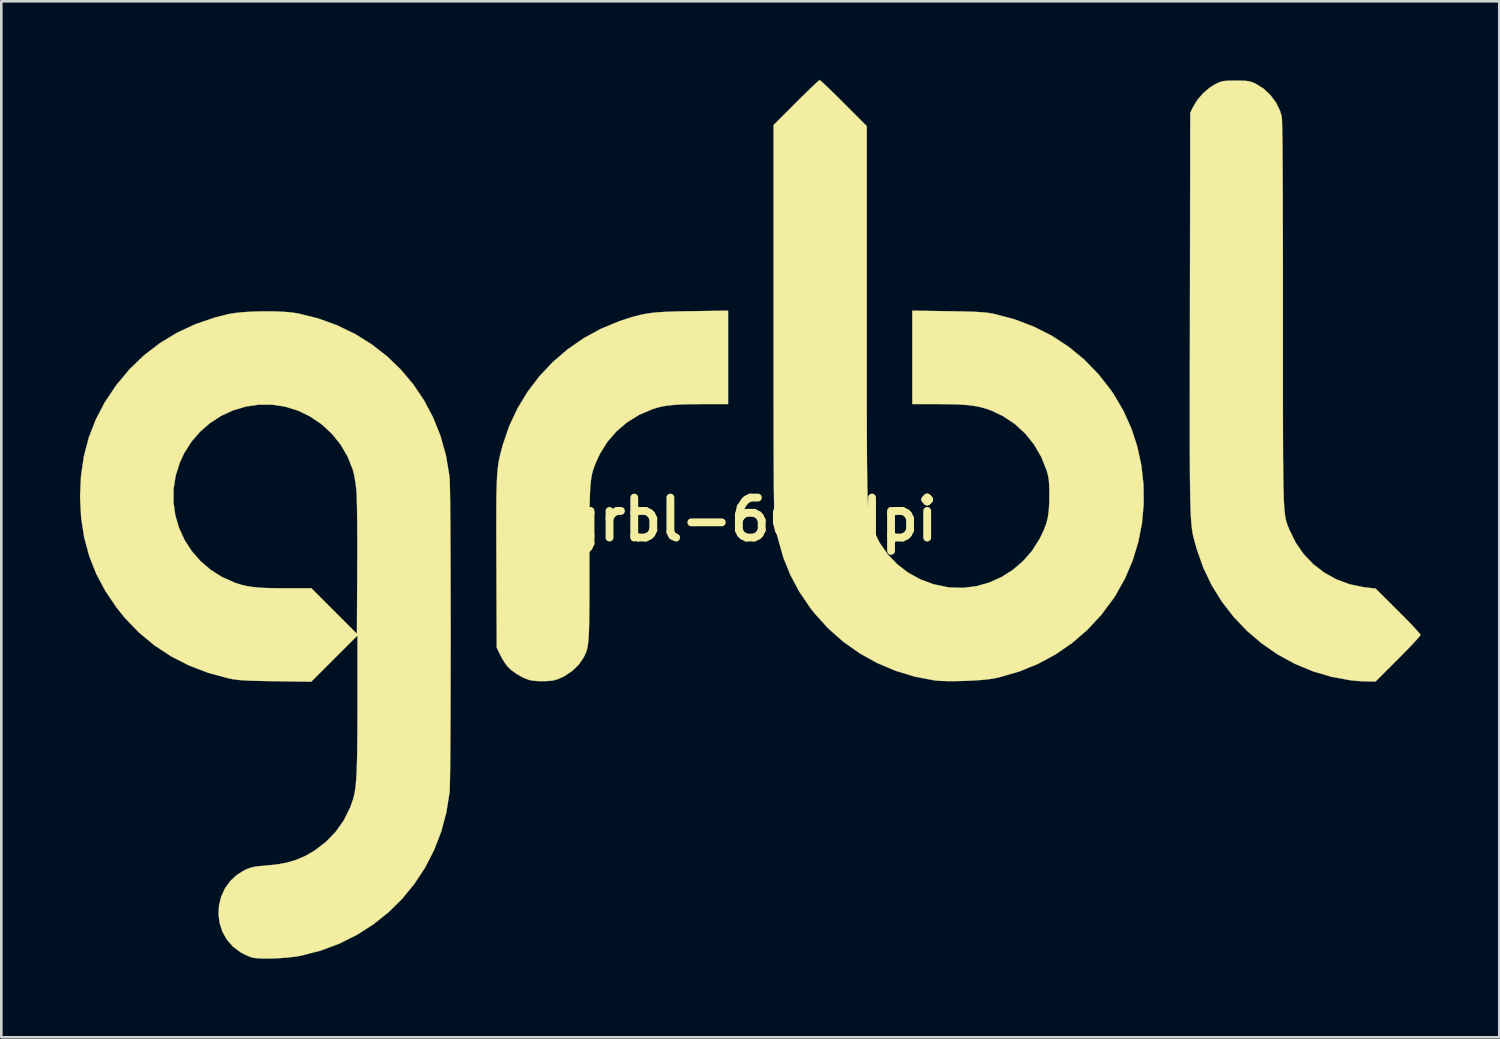
<source format=kicad_pcb>
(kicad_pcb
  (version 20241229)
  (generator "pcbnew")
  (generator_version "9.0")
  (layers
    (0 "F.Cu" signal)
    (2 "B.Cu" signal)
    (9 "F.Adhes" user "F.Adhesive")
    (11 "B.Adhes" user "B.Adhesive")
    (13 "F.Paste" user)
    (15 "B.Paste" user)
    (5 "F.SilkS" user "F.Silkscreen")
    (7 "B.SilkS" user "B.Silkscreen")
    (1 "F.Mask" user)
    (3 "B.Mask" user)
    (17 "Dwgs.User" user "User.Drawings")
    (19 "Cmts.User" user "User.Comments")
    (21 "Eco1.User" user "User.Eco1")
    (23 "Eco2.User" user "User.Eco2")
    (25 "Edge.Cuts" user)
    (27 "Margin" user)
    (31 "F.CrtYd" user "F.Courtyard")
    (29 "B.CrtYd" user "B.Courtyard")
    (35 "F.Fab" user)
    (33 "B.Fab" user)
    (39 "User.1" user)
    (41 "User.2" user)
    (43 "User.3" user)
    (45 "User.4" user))
  (footprint "grbl-600dpi"
    (layer "F.Cu")
    (at 25.574 16.769)
    (property "Reference" "grbl-600dpi" (at 0 0 0) (layer "F.SilkS") (effects (font (size 1.524 1.524) (thickness 0.3))))
    (attr through_hole)
    (fp_poly (pts (xy -0.847 -4.403) (xy -1.817 -4.403) (xy -2.239 -4.4) (xy -2.589 -4.391) (xy -2.88 -4.375) (xy -3.127 -4.35) (xy -3.343 -4.316) (xy -3.54 -4.269) (xy -3.731 -4.21) (xy -4.237 -3.995) (xy -4.696 -3.712) (xy -5.103 -3.367) (xy -5.451 -2.964) (xy -5.736 -2.508) (xy -5.888 -2.177) (xy -5.935 -2.06) (xy -5.975 -1.95) (xy -6.009 -1.842) (xy -6.039 -1.729) (xy -6.063 -1.604) (xy -6.083 -1.46) (xy -6.1 -1.291) (xy -6.112 -1.09) (xy -6.122 -0.85) (xy -6.129 -0.565) (xy -6.133 -0.228) (xy -6.136 0.168) (xy -6.138 0.63) (xy -6.138 1.164) (xy -6.138 1.688) (xy -6.138 2.281) (xy -6.139 2.796) (xy -6.14 3.239) (xy -6.143 3.617) (xy -6.147 3.936) (xy -6.154 4.202) (xy -6.163 4.423) (xy -6.175 4.604) (xy -6.191 4.751) (xy -6.21 4.872) (xy -6.234 4.973) (xy -6.263 5.06) (xy -6.297 5.14) (xy -6.336 5.218) (xy -6.38 5.3) (xy -6.555 5.548) (xy -6.794 5.776) (xy -7.075 5.966) (xy -7.187 6.023) (xy -7.348 6.092) (xy -7.489 6.134) (xy -7.646 6.157) (xy -7.853 6.168) (xy -8.077 6.167) (xy -8.281 6.151) (xy -8.431 6.124) (xy -8.662 6.034) (xy -8.904 5.899) (xy -9.124 5.74) (xy -9.26 5.609) (xy -9.358 5.479) (xy -9.463 5.311) (xy -9.541 5.165) (xy -9.673 4.889) (xy -9.685 1.672) (xy -9.687 1.035) (xy -9.689 0.476) (xy -9.689 -0.012) (xy -9.688 -0.435) (xy -9.685 -0.801) (xy -9.679 -1.115) (xy -9.671 -1.385) (xy -9.66 -1.617) (xy -9.646 -1.819) (xy -9.628 -1.996) (xy -9.605 -2.155) (xy -9.579 -2.304) (xy -9.547 -2.448) (xy -9.51 -2.595) (xy -9.468 -2.751) (xy -9.438 -2.859) (xy -9.196 -3.567) (xy -8.879 -4.241) (xy -8.493 -4.876) (xy -8.043 -5.467) (xy -7.533 -6.007) (xy -6.969 -6.492) (xy -6.356 -6.917) (xy -5.699 -7.275) (xy -5.003 -7.562) (xy -4.904 -7.596) (xy -4.644 -7.681) (xy -4.414 -7.75) (xy -4.199 -7.805) (xy -3.986 -7.848) (xy -3.763 -7.881) (xy -3.516 -7.905) (xy -3.231 -7.922) (xy -2.896 -7.934) (xy -2.498 -7.943) (xy -2.233 -7.947) (xy -0.847 -7.967) (xy -0.847 -4.403)) (stroke (width 0.01) (type solid)) (fill yes) (layer "F.SilkS"))
    (fp_poly (pts (xy 18.744 -16.741) (xy 18.905 -16.734) (xy 19.026 -16.718) (xy 19.128 -16.69) (xy 19.235 -16.646) (xy 19.272 -16.629) (xy 19.572 -16.445) (xy 19.838 -16.199) (xy 20.056 -15.907) (xy 20.212 -15.587) (xy 20.273 -15.376) (xy 20.28 -15.314) (xy 20.286 -15.193) (xy 20.291 -15.011) (xy 20.296 -14.766) (xy 20.301 -14.457) (xy 20.305 -14.081) (xy 20.308 -13.636) (xy 20.311 -13.121) (xy 20.314 -12.534) (xy 20.316 -11.872) (xy 20.317 -11.135) (xy 20.319 -10.319) (xy 20.32 -9.424) (xy 20.32 -8.447) (xy 20.32 -7.854) (xy 20.32 -6.913) (xy 20.32 -6.051) (xy 20.32 -5.267) (xy 20.32 -4.556) (xy 20.321 -3.913) (xy 20.322 -3.336) (xy 20.324 -2.82) (xy 20.326 -2.362) (xy 20.33 -1.956) (xy 20.334 -1.601) (xy 20.339 -1.291) (xy 20.346 -1.022) (xy 20.353 -0.791) (xy 20.363 -0.595) (xy 20.373 -0.428) (xy 20.386 -0.287) (xy 20.4 -0.168) (xy 20.416 -0.068) (xy 20.434 0.018) (xy 20.454 0.094) (xy 20.477 0.163) (xy 20.501 0.23) (xy 20.529 0.298) (xy 20.559 0.371) (xy 20.57 0.399) (xy 20.809 0.886) (xy 21.113 1.322) (xy 21.476 1.703) (xy 21.891 2.024) (xy 22.352 2.281) (xy 22.853 2.468) (xy 23.387 2.581) (xy 23.452 2.589) (xy 23.855 2.636) (xy 24.712 3.487) (xy 24.933 3.709) (xy 25.133 3.913) (xy 25.304 4.092) (xy 25.438 4.239) (xy 25.529 4.343) (xy 25.568 4.399) (xy 25.569 4.403) (xy 25.54 4.448) (xy 25.459 4.545) (xy 25.332 4.684) (xy 25.167 4.859) (xy 24.972 5.06) (xy 24.755 5.28) (xy 24.712 5.324) (xy 23.854 6.181) (xy 23.516 6.175) (xy 23.306 6.168) (xy 23.083 6.153) (xy 22.902 6.135) (xy 22.164 6) (xy 21.452 5.787) (xy 20.769 5.502) (xy 20.122 5.149) (xy 19.516 4.731) (xy 18.957 4.255) (xy 18.449 3.724) (xy 17.998 3.144) (xy 17.609 2.518) (xy 17.288 1.851) (xy 17.039 1.148) (xy 17.02 1.081) (xy 16.989 0.971) (xy 16.961 0.871) (xy 16.934 0.776) (xy 16.911 0.682) (xy 16.889 0.587) (xy 16.87 0.485) (xy 16.853 0.373) (xy 16.838 0.246) (xy 16.824 0.102) (xy 16.812 -0.064) (xy 16.802 -0.255) (xy 16.794 -0.477) (xy 16.787 -0.732) (xy 16.781 -1.025) (xy 16.777 -1.359) (xy 16.773 -1.739) (xy 16.771 -2.167) (xy 16.769 -2.65) (xy 16.768 -3.189) (xy 16.768 -3.789) (xy 16.768 -4.454) (xy 16.769 -5.188) (xy 16.77 -5.995) (xy 16.772 -6.879) (xy 16.773 -7.843) (xy 16.773 -7.874) (xy 16.785 -15.515) (xy 16.909 -15.769) (xy 17.07 -16.025) (xy 17.287 -16.271) (xy 17.536 -16.483) (xy 17.759 -16.619) (xy 17.873 -16.672) (xy 17.973 -16.707) (xy 18.079 -16.728) (xy 18.214 -16.739) (xy 18.4 -16.743) (xy 18.521 -16.743) (xy 18.744 -16.741)) (stroke (width 0.01) (type solid)) (fill yes) (layer "F.SilkS"))
    (fp_poly (pts (xy 2.686 -16.735) (xy 2.777 -16.654) (xy 2.913 -16.527) (xy 3.084 -16.362) (xy 3.283 -16.167) (xy 3.503 -15.949) (xy 3.567 -15.885) (xy 4.445 -15.006) (xy 4.445 -7.782) (xy 4.445 -6.845) (xy 4.445 -5.988) (xy 4.445 -5.209) (xy 4.445 -4.502) (xy 4.446 -3.864) (xy 4.447 -3.291) (xy 4.449 -2.78) (xy 4.451 -2.325) (xy 4.455 -1.924) (xy 4.459 -1.572) (xy 4.464 -1.265) (xy 4.471 -1) (xy 4.479 -0.772) (xy 4.488 -0.578) (xy 4.499 -0.413) (xy 4.512 -0.275) (xy 4.526 -0.158) (xy 4.543 -0.059) (xy 4.561 0.026) (xy 4.581 0.102) (xy 4.604 0.171) (xy 4.629 0.237) (xy 4.657 0.306) (xy 4.688 0.381) (xy 4.695 0.399) (xy 4.934 0.887) (xy 5.238 1.324) (xy 5.601 1.704) (xy 6.016 2.025) (xy 6.479 2.281) (xy 6.982 2.468) (xy 7.52 2.582) (xy 7.604 2.592) (xy 8.117 2.609) (xy 8.623 2.545) (xy 9.113 2.407) (xy 9.579 2.198) (xy 10.012 1.924) (xy 10.404 1.59) (xy 10.746 1.199) (xy 11.028 0.757) (xy 11.071 0.676) (xy 11.198 0.405) (xy 11.291 0.16) (xy 11.353 -0.082) (xy 11.389 -0.346) (xy 11.406 -0.655) (xy 11.409 -0.889) (xy 11.407 -1.155) (xy 11.401 -1.357) (xy 11.388 -1.515) (xy 11.367 -1.648) (xy 11.335 -1.777) (xy 11.31 -1.861) (xy 11.105 -2.38) (xy 10.832 -2.852) (xy 10.497 -3.272) (xy 10.104 -3.635) (xy 9.657 -3.936) (xy 9.218 -4.147) (xy 9.004 -4.225) (xy 8.788 -4.286) (xy 8.554 -4.332) (xy 8.289 -4.366) (xy 7.981 -4.387) (xy 7.616 -4.399) (xy 7.18 -4.403) (xy 7.17 -4.403) (xy 6.181 -4.403) (xy 6.181 -7.967) (xy 7.546 -7.946) (xy 7.944 -7.94) (xy 8.269 -7.932) (xy 8.532 -7.924) (xy 8.745 -7.913) (xy 8.919 -7.9) (xy 9.067 -7.883) (xy 9.199 -7.863) (xy 9.313 -7.84) (xy 10.087 -7.635) (xy 10.818 -7.357) (xy 11.504 -7.009) (xy 12.143 -6.592) (xy 12.733 -6.107) (xy 13.27 -5.557) (xy 13.752 -4.944) (xy 13.853 -4.796) (xy 14.23 -4.157) (xy 14.534 -3.485) (xy 14.764 -2.785) (xy 14.92 -2.066) (xy 15.001 -1.336) (xy 15.009 -0.601) (xy 14.944 0.131) (xy 14.804 0.853) (xy 14.59 1.557) (xy 14.302 2.236) (xy 13.941 2.883) (xy 13.853 3.018) (xy 13.384 3.645) (xy 12.859 4.21) (xy 12.281 4.709) (xy 11.653 5.142) (xy 10.98 5.506) (xy 10.264 5.798) (xy 9.509 6.017) (xy 9.313 6.06) (xy 9.102 6.093) (xy 8.828 6.121) (xy 8.512 6.143) (xy 8.174 6.158) (xy 7.836 6.166) (xy 7.518 6.166) (xy 7.243 6.157) (xy 7.03 6.138) (xy 7.027 6.138) (xy 6.265 5.992) (xy 5.53 5.768) (xy 4.829 5.47) (xy 4.167 5.101) (xy 3.548 4.663) (xy 2.979 4.16) (xy 2.464 3.594) (xy 2.285 3.365) (xy 1.867 2.749) (xy 1.527 2.112) (xy 1.259 1.445) (xy 1.059 0.736) (xy 0.972 0.303) (xy 0.962 0.24) (xy 0.952 0.177) (xy 0.944 0.108) (xy 0.936 0.03) (xy 0.929 -0.061) (xy 0.922 -0.17) (xy 0.917 -0.299) (xy 0.912 -0.453) (xy 0.908 -0.637) (xy 0.904 -0.852) (xy 0.901 -1.105) (xy 0.898 -1.399) (xy 0.896 -1.737) (xy 0.894 -2.123) (xy 0.892 -2.562) (xy 0.891 -3.058) (xy 0.89 -3.613) (xy 0.89 -4.233) (xy 0.889 -4.922) (xy 0.889 -5.682) (xy 0.889 -6.519) (xy 0.889 -7.435) (xy 0.889 -15.05) (xy 1.747 -15.907) (xy 1.968 -16.127) (xy 2.172 -16.326) (xy 2.349 -16.497) (xy 2.492 -16.632) (xy 2.592 -16.723) (xy 2.643 -16.763) (xy 2.647 -16.764) (xy 2.686 -16.735)) (stroke (width 0.01) (type solid)) (fill yes) (layer "F.SilkS"))
    (fp_poly (pts (xy -18.152 -7.938) (xy -17.788 -7.923) (xy -17.467 -7.894) (xy -17.251 -7.861) (xy -16.486 -7.67) (xy -15.76 -7.407) (xy -15.078 -7.076) (xy -14.443 -6.681) (xy -13.858 -6.225) (xy -13.327 -5.714) (xy -12.854 -5.15) (xy -12.443 -4.538) (xy -12.096 -3.882) (xy -11.818 -3.185) (xy -11.612 -2.451) (xy -11.482 -1.684) (xy -11.473 -1.602) (xy -11.467 -1.502) (xy -11.462 -1.324) (xy -11.457 -1.073) (xy -11.452 -0.757) (xy -11.448 -0.381) (xy -11.444 0.049) (xy -11.441 0.526) (xy -11.438 1.044) (xy -11.436 1.597) (xy -11.434 2.178) (xy -11.433 2.782) (xy -11.432 3.402) (xy -11.431 4.031) (xy -11.431 4.665) (xy -11.432 5.295) (xy -11.433 5.917) (xy -11.434 6.524) (xy -11.436 7.11) (xy -11.438 7.668) (xy -11.441 8.193) (xy -11.444 8.677) (xy -11.447 9.115) (xy -11.451 9.501) (xy -11.456 9.828) (xy -11.461 10.091) (xy -11.466 10.282) (xy -11.472 10.396) (xy -11.473 10.407) (xy -11.595 11.175) (xy -11.793 11.911) (xy -12.064 12.613) (xy -12.404 13.274) (xy -12.809 13.892) (xy -13.275 14.462) (xy -13.798 14.98) (xy -14.375 15.441) (xy -15.002 15.843) (xy -15.675 16.179) (xy -16.39 16.447) (xy -17.144 16.641) (xy -17.145 16.642) (xy -17.38 16.681) (xy -17.654 16.711) (xy -17.947 16.734) (xy -18.242 16.747) (xy -18.518 16.75) (xy -18.759 16.742) (xy -18.944 16.723) (xy -19.014 16.708) (xy -19.16 16.654) (xy -19.332 16.574) (xy -19.453 16.507) (xy -19.746 16.286) (xy -19.975 16.02) (xy -20.142 15.72) (xy -20.245 15.397) (xy -20.287 15.061) (xy -20.267 14.722) (xy -20.186 14.392) (xy -20.045 14.08) (xy -19.844 13.798) (xy -19.583 13.556) (xy -19.299 13.382) (xy -19.167 13.321) (xy -19.045 13.279) (xy -18.909 13.249) (xy -18.736 13.226) (xy -18.508 13.207) (xy -18.056 13.16) (xy -17.668 13.088) (xy -17.321 12.985) (xy -16.997 12.846) (xy -16.676 12.664) (xy -16.623 12.631) (xy -16.19 12.301) (xy -15.815 11.912) (xy -15.505 11.472) (xy -15.264 10.987) (xy -15.161 10.697) (xy -15.127 10.576) (xy -15.097 10.442) (xy -15.072 10.291) (xy -15.051 10.115) (xy -15.033 9.907) (xy -15.019 9.661) (xy -15.008 9.371) (xy -14.999 9.03) (xy -14.993 8.631) (xy -14.989 8.168) (xy -14.987 7.633) (xy -14.986 7.022) (xy -14.986 6.964) (xy -14.986 4.425) (xy -15.869 5.307) (xy -16.752 6.189) (xy -18.123 6.169) (xy -18.516 6.163) (xy -18.835 6.156) (xy -19.092 6.148) (xy -19.301 6.138) (xy -19.471 6.126) (xy -19.616 6.11) (xy -19.746 6.091) (xy -19.873 6.066) (xy -19.918 6.056) (xy -20.69 5.847) (xy -21.419 5.567) (xy -22.103 5.216) (xy -22.738 4.798) (xy -23.323 4.312) (xy -23.855 3.761) (xy -24.173 3.365) (xy -24.602 2.731) (xy -24.95 2.077) (xy -25.219 1.399) (xy -25.411 0.691) (xy -25.527 -0.051) (xy -25.559 -0.651) (xy -22.005 -0.651) (xy -21.934 -0.153) (xy -21.793 0.326) (xy -21.584 0.78) (xy -21.313 1.201) (xy -20.981 1.582) (xy -20.593 1.916) (xy -20.152 2.196) (xy -19.661 2.413) (xy -19.605 2.432) (xy -19.413 2.492) (xy -19.214 2.538) (xy -18.997 2.573) (xy -18.748 2.598) (xy -18.454 2.614) (xy -18.101 2.622) (xy -17.702 2.625) (xy -16.742 2.625) (xy -15.007 4.361) (xy -14.995 1.874) (xy -14.993 1.34) (xy -14.993 0.837) (xy -14.995 0.374) (xy -14.998 -0.043) (xy -15.003 -0.406) (xy -15.009 -0.708) (xy -15.017 -0.941) (xy -15.026 -1.097) (xy -15.027 -1.106) (xy -15.053 -1.339) (xy -15.09 -1.574) (xy -15.131 -1.78) (xy -15.16 -1.889) (xy -15.359 -2.395) (xy -15.63 -2.859) (xy -15.965 -3.275) (xy -16.359 -3.637) (xy -16.807 -3.938) (xy -17.246 -4.15) (xy -17.745 -4.306) (xy -18.25 -4.382) (xy -18.755 -4.381) (xy -19.251 -4.308) (xy -19.73 -4.165) (xy -20.184 -3.955) (xy -20.607 -3.683) (xy -20.989 -3.352) (xy -21.323 -2.964) (xy -21.602 -2.524) (xy -21.763 -2.177) (xy -21.923 -1.67) (xy -22.003 -1.158) (xy -22.005 -0.651) (xy -25.559 -0.651) (xy -25.569 -0.831) (xy -25.569 -0.889) (xy -25.533 -1.672) (xy -25.422 -2.416) (xy -25.236 -3.126) (xy -24.972 -3.807) (xy -24.63 -4.462) (xy -24.207 -5.098) (xy -24.173 -5.144) (xy -23.677 -5.737) (xy -23.126 -6.266) (xy -22.524 -6.728) (xy -21.873 -7.123) (xy -21.174 -7.449) (xy -20.43 -7.704) (xy -19.897 -7.838) (xy -19.63 -7.881) (xy -19.3 -7.913) (xy -18.93 -7.933) (xy -18.54 -7.942) (xy -18.152 -7.938)) (stroke (width 0.01) (type solid)) (fill yes) (layer "F.SilkS")))
  (gr_rect
    (start -3 -3)
    (end 54.149 36.524)
    (stroke (width 0.1) (type default))
    (fill no)
    (layer "Edge.Cuts")))
</source>
